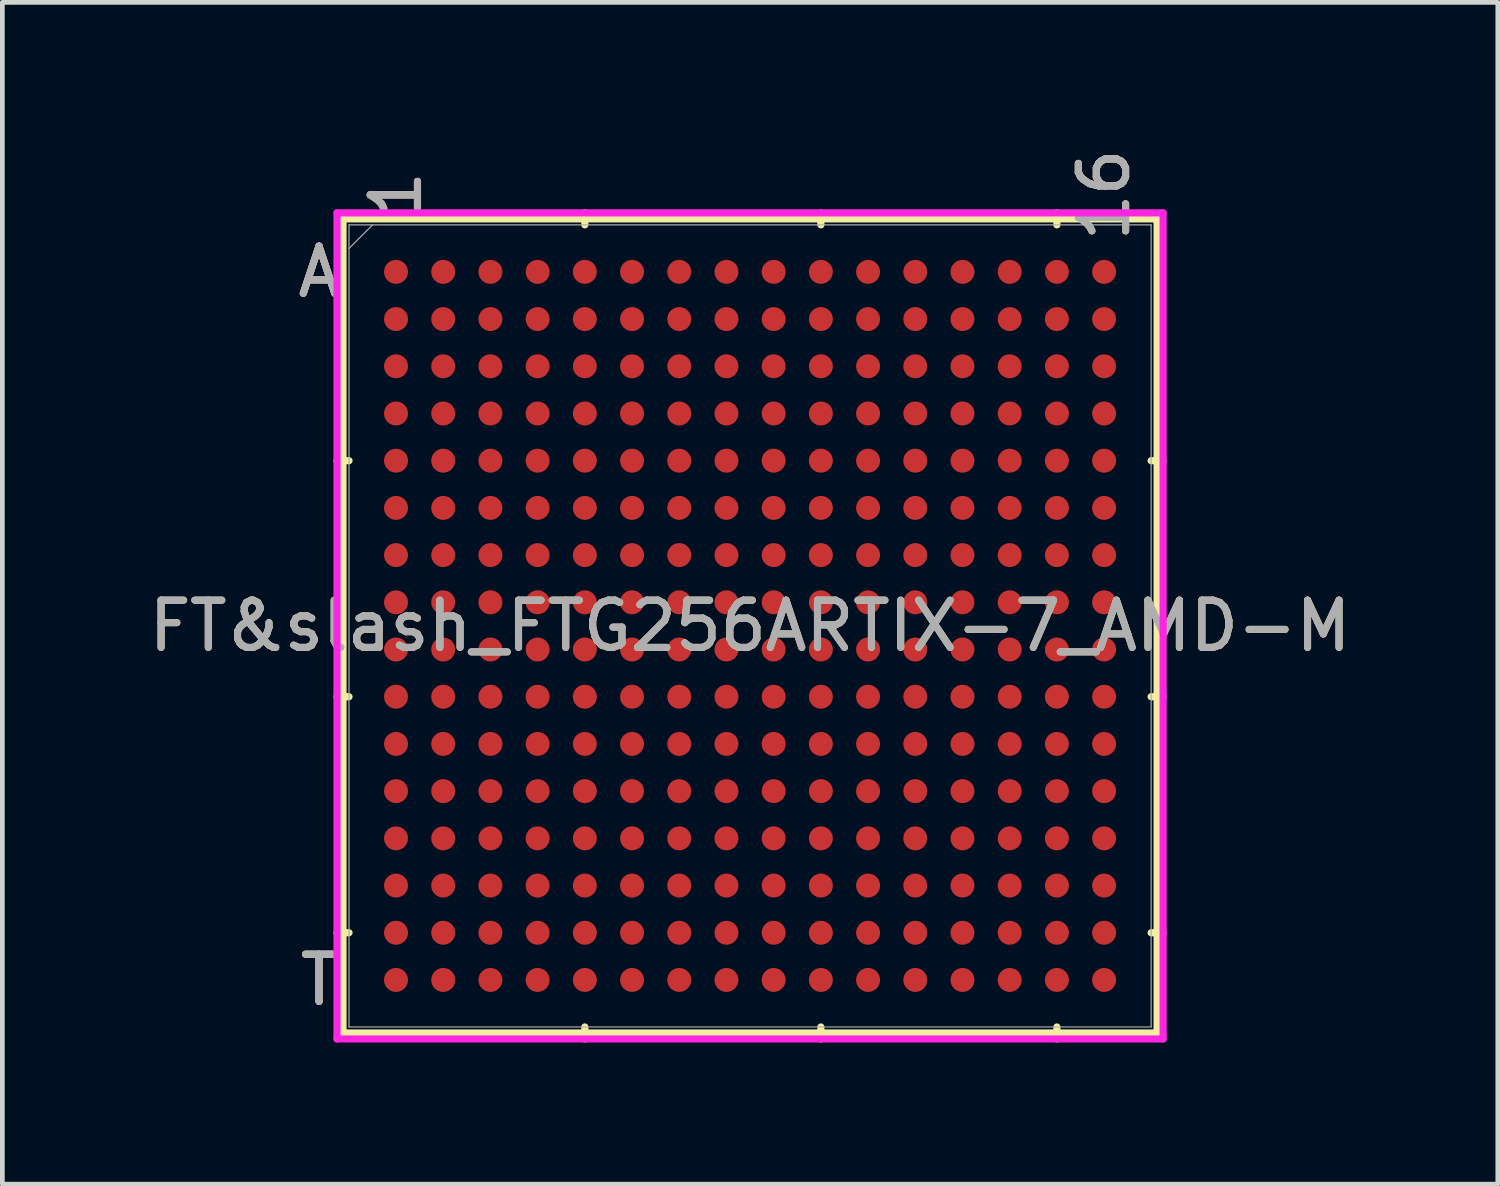
<source format=kicad_pcb>
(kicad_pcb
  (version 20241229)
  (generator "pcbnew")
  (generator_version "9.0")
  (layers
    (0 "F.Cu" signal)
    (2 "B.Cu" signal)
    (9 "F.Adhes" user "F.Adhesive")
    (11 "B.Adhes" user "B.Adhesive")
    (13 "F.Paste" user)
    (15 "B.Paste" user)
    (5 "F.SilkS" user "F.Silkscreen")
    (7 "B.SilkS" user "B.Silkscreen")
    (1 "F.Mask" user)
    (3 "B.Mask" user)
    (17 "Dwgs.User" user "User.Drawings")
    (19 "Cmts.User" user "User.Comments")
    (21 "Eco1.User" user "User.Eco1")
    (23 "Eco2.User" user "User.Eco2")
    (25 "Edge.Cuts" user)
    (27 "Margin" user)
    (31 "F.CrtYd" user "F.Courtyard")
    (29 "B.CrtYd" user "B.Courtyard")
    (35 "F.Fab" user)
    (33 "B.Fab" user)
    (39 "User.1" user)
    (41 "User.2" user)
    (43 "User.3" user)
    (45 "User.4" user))
  (footprint "FT&slash_FTG256ARTIX-7_AMD-M"
    (layer "F.Cu")
    (at 12.839 10.209)
    (property "Reference" "FT&slash_FTG256ARTIX-7_AMD-M" (at 0 0 0) (unlocked yes) (layer "F.SilkS") (effects (font (size 1 1) (thickness 0.15))))
    (attr smd)
    (fp_line (start -8.623 -8.623) (end -8.623 8.623) (stroke (width 0.152) (type solid)) (layer "F.SilkS"))
    (fp_line (start -8.623 8.623) (end 8.623 8.623) (stroke (width 0.152) (type solid)) (layer "F.SilkS"))
    (fp_line (start -8.496 -3.5) (end -8.75 -3.5) (stroke (width 0.152) (type solid)) (layer "F.SilkS"))
    (fp_line (start -8.496 1.5) (end -8.75 1.5) (stroke (width 0.152) (type solid)) (layer "F.SilkS"))
    (fp_line (start -8.496 6.5) (end -8.75 6.5) (stroke (width 0.152) (type solid)) (layer "F.SilkS"))
    (fp_line (start -3.5 -8.496) (end -3.5 -8.75) (stroke (width 0.152) (type solid)) (layer "F.SilkS"))
    (fp_line (start -3.5 8.496) (end -3.5 8.75) (stroke (width 0.152) (type solid)) (layer "F.SilkS"))
    (fp_line (start 1.5 -8.496) (end 1.5 -8.75) (stroke (width 0.152) (type solid)) (layer "F.SilkS"))
    (fp_line (start 1.5 8.496) (end 1.5 8.75) (stroke (width 0.152) (type solid)) (layer "F.SilkS"))
    (fp_line (start 6.5 -8.496) (end 6.5 -8.75) (stroke (width 0.152) (type solid)) (layer "F.SilkS"))
    (fp_line (start 6.5 8.496) (end 6.5 8.75) (stroke (width 0.152) (type solid)) (layer "F.SilkS"))
    (fp_line (start 8.496 -3.5) (end 8.75 -3.5) (stroke (width 0.152) (type solid)) (layer "F.SilkS"))
    (fp_line (start 8.496 1.5) (end 8.75 1.5) (stroke (width 0.152) (type solid)) (layer "F.SilkS"))
    (fp_line (start 8.496 6.5) (end 8.75 6.5) (stroke (width 0.152) (type solid)) (layer "F.SilkS"))
    (fp_line (start 8.623 -8.623) (end -8.623 -8.623) (stroke (width 0.152) (type solid)) (layer "F.SilkS"))
    (fp_line (start 8.623 8.623) (end 8.623 -8.623) (stroke (width 0.152) (type solid)) (layer "F.SilkS"))
    (fp_poly (pts (xy -8.508 -8.508) (xy 8.508 -8.508) (xy 8.508 8.508) (xy -8.508 8.508)) (stroke (width 0.1) (type solid)) (fill no) (layer "Eco2.User"))
    (fp_line (start -8.75 -8.75) (end 8.75 -8.75) (stroke (width 0.152) (type solid)) (layer "F.CrtYd"))
    (fp_line (start -8.75 8.75) (end -8.75 -8.75) (stroke (width 0.152) (type solid)) (layer "F.CrtYd"))
    (fp_line (start 8.75 -8.75) (end 8.75 8.75) (stroke (width 0.152) (type solid)) (layer "F.CrtYd"))
    (fp_line (start 8.75 8.75) (end -8.75 8.75) (stroke (width 0.152) (type solid)) (layer "F.CrtYd"))
    (fp_line (start -8.496 -8.496) (end -8.496 8.496) (stroke (width 0.025) (type solid)) (layer "F.Fab"))
    (fp_line (start -8.496 8.496) (end 8.496 8.496) (stroke (width 0.025) (type solid)) (layer "F.Fab"))
    (fp_line (start -7.996 -8.496) (end -8.496 -7.996) (stroke (width 0.025) (type solid)) (layer "F.Fab"))
    (fp_line (start 8.496 -8.496) (end -8.496 -8.496) (stroke (width 0.025) (type solid)) (layer "F.Fab"))
    (fp_line (start 8.496 8.496) (end 8.496 -8.496) (stroke (width 0.025) (type solid)) (layer "F.Fab"))
    (fp_text user "T" (at -9.131 7.5 0) (unlocked yes) (layer "F.SilkS") (effects (font (size 1 1) (thickness 0.15))))
    (fp_text user "1" (at -7.5 -9.131 90) (unlocked yes) (layer "F.SilkS") (effects (font (size 1 1) (thickness 0.15))))
    (fp_text user "16" (at 7.5 -9.131 90) (unlocked yes) (layer "F.SilkS") (effects (font (size 1 1) (thickness 0.15))))
    (fp_text user "A" (at -9.131 -7.5 0) (unlocked yes) (layer "F.SilkS") (effects (font (size 1 1) (thickness 0.15))))
    (fp_text user "1" (at -7.5 -9.131 90) (unlocked yes) (layer "B.SilkS") (effects (font (size 1 1) (thickness 0.15))))
    (fp_text user "A" (at -9.131 -7.5 0) (unlocked yes) (layer "B.SilkS") (effects (font (size 1 1) (thickness 0.15))))
    (fp_text user "T" (at -9.131 7.5 0) (unlocked yes) (layer "B.SilkS") (effects (font (size 1 1) (thickness 0.15))))
    (fp_text user "16" (at 7.5 -9.131 90) (unlocked yes) (layer "B.SilkS") (effects (font (size 1 1) (thickness 0.15))))
    (fp_text user "16" (at 7.5 -9.131 90) (unlocked yes) (layer "F.Fab") (effects (font (size 1 1) (thickness 0.15))))
    (fp_text user "${REFERENCE}" (at 0 0 0) (unlocked yes) (layer "F.Fab") (effects (font (size 1 1) (thickness 0.15))))
    (fp_text user "A" (at -9.131 -7.5 0) (unlocked yes) (layer "F.Fab") (effects (font (size 1 1) (thickness 0.15))))
    (fp_text user "1" (at -7.5 -9.131 90) (unlocked yes) (layer "F.Fab") (effects (font (size 1 1) (thickness 0.15))))
    (fp_text user "T" (at -9.131 7.5 0) (unlocked yes) (layer "F.Fab") (effects (font (size 1 1) (thickness 0.15))))
    (pad "A1" smd circle (at -7.5 -7.5) (size 0.508 0.508) (layers "F.Cu" "F.Mask" "F.Paste"))
    (pad "A2" smd circle (at -6.5 -7.5) (size 0.508 0.508) (layers "F.Cu" "F.Mask" "F.Paste"))
    (pad "A3" smd circle (at -5.5 -7.5) (size 0.508 0.508) (layers "F.Cu" "F.Mask" "F.Paste"))
    (pad "A4" smd circle (at -4.5 -7.5) (size 0.508 0.508) (layers "F.Cu" "F.Mask" "F.Paste"))
    (pad "A5" smd circle (at -3.5 -7.5) (size 0.508 0.508) (layers "F.Cu" "F.Mask" "F.Paste"))
    (pad "A6" smd circle (at -2.5 -7.5) (size 0.508 0.508) (layers "F.Cu" "F.Mask" "F.Paste"))
    (pad "A7" smd circle (at -1.5 -7.5) (size 0.508 0.508) (layers "F.Cu" "F.Mask" "F.Paste"))
    (pad "A8" smd circle (at -0.5 -7.5) (size 0.508 0.508) (layers "F.Cu" "F.Mask" "F.Paste"))
    (pad "A9" smd circle (at 0.5 -7.5) (size 0.508 0.508) (layers "F.Cu" "F.Mask" "F.Paste"))
    (pad "A10" smd circle (at 1.5 -7.5) (size 0.508 0.508) (layers "F.Cu" "F.Mask" "F.Paste"))
    (pad "A11" smd circle (at 2.5 -7.5) (size 0.508 0.508) (layers "F.Cu" "F.Mask" "F.Paste"))
    (pad "A12" smd circle (at 3.5 -7.5) (size 0.508 0.508) (layers "F.Cu" "F.Mask" "F.Paste"))
    (pad "A13" smd circle (at 4.5 -7.5) (size 0.508 0.508) (layers "F.Cu" "F.Mask" "F.Paste"))
    (pad "A14" smd circle (at 5.5 -7.5) (size 0.508 0.508) (layers "F.Cu" "F.Mask" "F.Paste"))
    (pad "A15" smd circle (at 6.5 -7.5) (size 0.508 0.508) (layers "F.Cu" "F.Mask" "F.Paste"))
    (pad "A16" smd circle (at 7.5 -7.5) (size 0.508 0.508) (layers "F.Cu" "F.Mask" "F.Paste"))
    (pad "B1" smd circle (at -7.5 -6.5) (size 0.508 0.508) (layers "F.Cu" "F.Mask" "F.Paste"))
    (pad "B2" smd circle (at -6.5 -6.5) (size 0.508 0.508) (layers "F.Cu" "F.Mask" "F.Paste"))
    (pad "B3" smd circle (at -5.5 -6.5) (size 0.508 0.508) (layers "F.Cu" "F.Mask" "F.Paste"))
    (pad "B4" smd circle (at -4.5 -6.5) (size 0.508 0.508) (layers "F.Cu" "F.Mask" "F.Paste"))
    (pad "B5" smd circle (at -3.5 -6.5) (size 0.508 0.508) (layers "F.Cu" "F.Mask" "F.Paste"))
    (pad "B6" smd circle (at -2.5 -6.5) (size 0.508 0.508) (layers "F.Cu" "F.Mask" "F.Paste"))
    (pad "B7" smd circle (at -1.5 -6.5) (size 0.508 0.508) (layers "F.Cu" "F.Mask" "F.Paste"))
    (pad "B8" smd circle (at -0.5 -6.5) (size 0.508 0.508) (layers "F.Cu" "F.Mask" "F.Paste"))
    (pad "B9" smd circle (at 0.5 -6.5) (size 0.508 0.508) (layers "F.Cu" "F.Mask" "F.Paste"))
    (pad "B10" smd circle (at 1.5 -6.5) (size 0.508 0.508) (layers "F.Cu" "F.Mask" "F.Paste"))
    (pad "B11" smd circle (at 2.5 -6.5) (size 0.508 0.508) (layers "F.Cu" "F.Mask" "F.Paste"))
    (pad "B12" smd circle (at 3.5 -6.5) (size 0.508 0.508) (layers "F.Cu" "F.Mask" "F.Paste"))
    (pad "B13" smd circle (at 4.5 -6.5) (size 0.508 0.508) (layers "F.Cu" "F.Mask" "F.Paste"))
    (pad "B14" smd circle (at 5.5 -6.5) (size 0.508 0.508) (layers "F.Cu" "F.Mask" "F.Paste"))
    (pad "B15" smd circle (at 6.5 -6.5) (size 0.508 0.508) (layers "F.Cu" "F.Mask" "F.Paste"))
    (pad "B16" smd circle (at 7.5 -6.5) (size 0.508 0.508) (layers "F.Cu" "F.Mask" "F.Paste"))
    (pad "C1" smd circle (at -7.5 -5.5) (size 0.508 0.508) (layers "F.Cu" "F.Mask" "F.Paste"))
    (pad "C2" smd circle (at -6.5 -5.5) (size 0.508 0.508) (layers "F.Cu" "F.Mask" "F.Paste"))
    (pad "C3" smd circle (at -5.5 -5.5) (size 0.508 0.508) (layers "F.Cu" "F.Mask" "F.Paste"))
    (pad "C4" smd circle (at -4.5 -5.5) (size 0.508 0.508) (layers "F.Cu" "F.Mask" "F.Paste"))
    (pad "C5" smd circle (at -3.5 -5.5) (size 0.508 0.508) (layers "F.Cu" "F.Mask" "F.Paste"))
    (pad "C6" smd circle (at -2.5 -5.5) (size 0.508 0.508) (layers "F.Cu" "F.Mask" "F.Paste"))
    (pad "C7" smd circle (at -1.5 -5.5) (size 0.508 0.508) (layers "F.Cu" "F.Mask" "F.Paste"))
    (pad "C8" smd circle (at -0.5 -5.5) (size 0.508 0.508) (layers "F.Cu" "F.Mask" "F.Paste"))
    (pad "C9" smd circle (at 0.5 -5.5) (size 0.508 0.508) (layers "F.Cu" "F.Mask" "F.Paste"))
    (pad "C10" smd circle (at 1.5 -5.5) (size 0.508 0.508) (layers "F.Cu" "F.Mask" "F.Paste"))
    (pad "C11" smd circle (at 2.5 -5.5) (size 0.508 0.508) (layers "F.Cu" "F.Mask" "F.Paste"))
    (pad "C12" smd circle (at 3.5 -5.5) (size 0.508 0.508) (layers "F.Cu" "F.Mask" "F.Paste"))
    (pad "C13" smd circle (at 4.5 -5.5) (size 0.508 0.508) (layers "F.Cu" "F.Mask" "F.Paste"))
    (pad "C14" smd circle (at 5.5 -5.5) (size 0.508 0.508) (layers "F.Cu" "F.Mask" "F.Paste"))
    (pad "C15" smd circle (at 6.5 -5.5) (size 0.508 0.508) (layers "F.Cu" "F.Mask" "F.Paste"))
    (pad "C16" smd circle (at 7.5 -5.5) (size 0.508 0.508) (layers "F.Cu" "F.Mask" "F.Paste"))
    (pad "D1" smd circle (at -7.5 -4.5) (size 0.508 0.508) (layers "F.Cu" "F.Mask" "F.Paste"))
    (pad "D2" smd circle (at -6.5 -4.5) (size 0.508 0.508) (layers "F.Cu" "F.Mask" "F.Paste"))
    (pad "D3" smd circle (at -5.5 -4.5) (size 0.508 0.508) (layers "F.Cu" "F.Mask" "F.Paste"))
    (pad "D4" smd circle (at -4.5 -4.5) (size 0.508 0.508) (layers "F.Cu" "F.Mask" "F.Paste"))
    (pad "D5" smd circle (at -3.5 -4.5) (size 0.508 0.508) (layers "F.Cu" "F.Mask" "F.Paste"))
    (pad "D6" smd circle (at -2.5 -4.5) (size 0.508 0.508) (layers "F.Cu" "F.Mask" "F.Paste"))
    (pad "D7" smd circle (at -1.5 -4.5) (size 0.508 0.508) (layers "F.Cu" "F.Mask" "F.Paste"))
    (pad "D8" smd circle (at -0.5 -4.5) (size 0.508 0.508) (layers "F.Cu" "F.Mask" "F.Paste"))
    (pad "D9" smd circle (at 0.5 -4.5) (size 0.508 0.508) (layers "F.Cu" "F.Mask" "F.Paste"))
    (pad "D10" smd circle (at 1.5 -4.5) (size 0.508 0.508) (layers "F.Cu" "F.Mask" "F.Paste"))
    (pad "D11" smd circle (at 2.5 -4.5) (size 0.508 0.508) (layers "F.Cu" "F.Mask" "F.Paste"))
    (pad "D12" smd circle (at 3.5 -4.5) (size 0.508 0.508) (layers "F.Cu" "F.Mask" "F.Paste"))
    (pad "D13" smd circle (at 4.5 -4.5) (size 0.508 0.508) (layers "F.Cu" "F.Mask" "F.Paste"))
    (pad "D14" smd circle (at 5.5 -4.5) (size 0.508 0.508) (layers "F.Cu" "F.Mask" "F.Paste"))
    (pad "D15" smd circle (at 6.5 -4.5) (size 0.508 0.508) (layers "F.Cu" "F.Mask" "F.Paste"))
    (pad "D16" smd circle (at 7.5 -4.5) (size 0.508 0.508) (layers "F.Cu" "F.Mask" "F.Paste"))
    (pad "E1" smd circle (at -7.5 -3.5) (size 0.508 0.508) (layers "F.Cu" "F.Mask" "F.Paste"))
    (pad "E2" smd circle (at -6.5 -3.5) (size 0.508 0.508) (layers "F.Cu" "F.Mask" "F.Paste"))
    (pad "E3" smd circle (at -5.5 -3.5) (size 0.508 0.508) (layers "F.Cu" "F.Mask" "F.Paste"))
    (pad "E4" smd circle (at -4.5 -3.5) (size 0.508 0.508) (layers "F.Cu" "F.Mask" "F.Paste"))
    (pad "E5" smd circle (at -3.5 -3.5) (size 0.508 0.508) (layers "F.Cu" "F.Mask" "F.Paste"))
    (pad "E6" smd circle (at -2.5 -3.5) (size 0.508 0.508) (layers "F.Cu" "F.Mask" "F.Paste"))
    (pad "E7" smd circle (at -1.5 -3.5) (size 0.508 0.508) (layers "F.Cu" "F.Mask" "F.Paste"))
    (pad "E8" smd circle (at -0.5 -3.5) (size 0.508 0.508) (layers "F.Cu" "F.Mask" "F.Paste"))
    (pad "E9" smd circle (at 0.5 -3.5) (size 0.508 0.508) (layers "F.Cu" "F.Mask" "F.Paste"))
    (pad "E10" smd circle (at 1.5 -3.5) (size 0.508 0.508) (layers "F.Cu" "F.Mask" "F.Paste"))
    (pad "E11" smd circle (at 2.5 -3.5) (size 0.508 0.508) (layers "F.Cu" "F.Mask" "F.Paste"))
    (pad "E12" smd circle (at 3.5 -3.5) (size 0.508 0.508) (layers "F.Cu" "F.Mask" "F.Paste"))
    (pad "E13" smd circle (at 4.5 -3.5) (size 0.508 0.508) (layers "F.Cu" "F.Mask" "F.Paste"))
    (pad "E14" smd circle (at 5.5 -3.5) (size 0.508 0.508) (layers "F.Cu" "F.Mask" "F.Paste"))
    (pad "E15" smd circle (at 6.5 -3.5) (size 0.508 0.508) (layers "F.Cu" "F.Mask" "F.Paste"))
    (pad "E16" smd circle (at 7.5 -3.5) (size 0.508 0.508) (layers "F.Cu" "F.Mask" "F.Paste"))
    (pad "F1" smd circle (at -7.5 -2.5) (size 0.508 0.508) (layers "F.Cu" "F.Mask" "F.Paste"))
    (pad "F2" smd circle (at -6.5 -2.5) (size 0.508 0.508) (layers "F.Cu" "F.Mask" "F.Paste"))
    (pad "F3" smd circle (at -5.5 -2.5) (size 0.508 0.508) (layers "F.Cu" "F.Mask" "F.Paste"))
    (pad "F4" smd circle (at -4.5 -2.5) (size 0.508 0.508) (layers "F.Cu" "F.Mask" "F.Paste"))
    (pad "F5" smd circle (at -3.5 -2.5) (size 0.508 0.508) (layers "F.Cu" "F.Mask" "F.Paste"))
    (pad "F6" smd circle (at -2.5 -2.5) (size 0.508 0.508) (layers "F.Cu" "F.Mask" "F.Paste"))
    (pad "F7" smd circle (at -1.5 -2.5) (size 0.508 0.508) (layers "F.Cu" "F.Mask" "F.Paste"))
    (pad "F8" smd circle (at -0.5 -2.5) (size 0.508 0.508) (layers "F.Cu" "F.Mask" "F.Paste"))
    (pad "F9" smd circle (at 0.5 -2.5) (size 0.508 0.508) (layers "F.Cu" "F.Mask" "F.Paste"))
    (pad "F10" smd circle (at 1.5 -2.5) (size 0.508 0.508) (layers "F.Cu" "F.Mask" "F.Paste"))
    (pad "F11" smd circle (at 2.5 -2.5) (size 0.508 0.508) (layers "F.Cu" "F.Mask" "F.Paste"))
    (pad "F12" smd circle (at 3.5 -2.5) (size 0.508 0.508) (layers "F.Cu" "F.Mask" "F.Paste"))
    (pad "F13" smd circle (at 4.5 -2.5) (size 0.508 0.508) (layers "F.Cu" "F.Mask" "F.Paste"))
    (pad "F14" smd circle (at 5.5 -2.5) (size 0.508 0.508) (layers "F.Cu" "F.Mask" "F.Paste"))
    (pad "F15" smd circle (at 6.5 -2.5) (size 0.508 0.508) (layers "F.Cu" "F.Mask" "F.Paste"))
    (pad "F16" smd circle (at 7.5 -2.5) (size 0.508 0.508) (layers "F.Cu" "F.Mask" "F.Paste"))
    (pad "G1" smd circle (at -7.5 -1.5) (size 0.508 0.508) (layers "F.Cu" "F.Mask" "F.Paste"))
    (pad "G2" smd circle (at -6.5 -1.5) (size 0.508 0.508) (layers "F.Cu" "F.Mask" "F.Paste"))
    (pad "G3" smd circle (at -5.5 -1.5) (size 0.508 0.508) (layers "F.Cu" "F.Mask" "F.Paste"))
    (pad "G4" smd circle (at -4.5 -1.5) (size 0.508 0.508) (layers "F.Cu" "F.Mask" "F.Paste"))
    (pad "G5" smd circle (at -3.5 -1.5) (size 0.508 0.508) (layers "F.Cu" "F.Mask" "F.Paste"))
    (pad "G6" smd circle (at -2.5 -1.5) (size 0.508 0.508) (layers "F.Cu" "F.Mask" "F.Paste"))
    (pad "G7" smd circle (at -1.5 -1.5) (size 0.508 0.508) (layers "F.Cu" "F.Mask" "F.Paste"))
    (pad "G8" smd circle (at -0.5 -1.5) (size 0.508 0.508) (layers "F.Cu" "F.Mask" "F.Paste"))
    (pad "G9" smd circle (at 0.5 -1.5) (size 0.508 0.508) (layers "F.Cu" "F.Mask" "F.Paste"))
    (pad "G10" smd circle (at 1.5 -1.5) (size 0.508 0.508) (layers "F.Cu" "F.Mask" "F.Paste"))
    (pad "G11" smd circle (at 2.5 -1.5) (size 0.508 0.508) (layers "F.Cu" "F.Mask" "F.Paste"))
    (pad "G12" smd circle (at 3.5 -1.5) (size 0.508 0.508) (layers "F.Cu" "F.Mask" "F.Paste"))
    (pad "G13" smd circle (at 4.5 -1.5) (size 0.508 0.508) (layers "F.Cu" "F.Mask" "F.Paste"))
    (pad "G14" smd circle (at 5.5 -1.5) (size 0.508 0.508) (layers "F.Cu" "F.Mask" "F.Paste"))
    (pad "G15" smd circle (at 6.5 -1.5) (size 0.508 0.508) (layers "F.Cu" "F.Mask" "F.Paste"))
    (pad "G16" smd circle (at 7.5 -1.5) (size 0.508 0.508) (layers "F.Cu" "F.Mask" "F.Paste"))
    (pad "H1" smd circle (at -7.5 -0.5) (size 0.508 0.508) (layers "F.Cu" "F.Mask" "F.Paste"))
    (pad "H2" smd circle (at -6.5 -0.5) (size 0.508 0.508) (layers "F.Cu" "F.Mask" "F.Paste"))
    (pad "H3" smd circle (at -5.5 -0.5) (size 0.508 0.508) (layers "F.Cu" "F.Mask" "F.Paste"))
    (pad "H4" smd circle (at -4.5 -0.5) (size 0.508 0.508) (layers "F.Cu" "F.Mask" "F.Paste"))
    (pad "H5" smd circle (at -3.5 -0.5) (size 0.508 0.508) (layers "F.Cu" "F.Mask" "F.Paste"))
    (pad "H6" smd circle (at -2.5 -0.5) (size 0.508 0.508) (layers "F.Cu" "F.Mask" "F.Paste"))
    (pad "H7" smd circle (at -1.5 -0.5) (size 0.508 0.508) (layers "F.Cu" "F.Mask" "F.Paste"))
    (pad "H8" smd circle (at -0.5 -0.5) (size 0.508 0.508) (layers "F.Cu" "F.Mask" "F.Paste"))
    (pad "H9" smd circle (at 0.5 -0.5) (size 0.508 0.508) (layers "F.Cu" "F.Mask" "F.Paste"))
    (pad "H10" smd circle (at 1.5 -0.5) (size 0.508 0.508) (layers "F.Cu" "F.Mask" "F.Paste"))
    (pad "H11" smd circle (at 2.5 -0.5) (size 0.508 0.508) (layers "F.Cu" "F.Mask" "F.Paste"))
    (pad "H12" smd circle (at 3.5 -0.5) (size 0.508 0.508) (layers "F.Cu" "F.Mask" "F.Paste"))
    (pad "H13" smd circle (at 4.5 -0.5) (size 0.508 0.508) (layers "F.Cu" "F.Mask" "F.Paste"))
    (pad "H14" smd circle (at 5.5 -0.5) (size 0.508 0.508) (layers "F.Cu" "F.Mask" "F.Paste"))
    (pad "H15" smd circle (at 6.5 -0.5) (size 0.508 0.508) (layers "F.Cu" "F.Mask" "F.Paste"))
    (pad "H16" smd circle (at 7.5 -0.5) (size 0.508 0.508) (layers "F.Cu" "F.Mask" "F.Paste"))
    (pad "J1" smd circle (at -7.5 0.5) (size 0.508 0.508) (layers "F.Cu" "F.Mask" "F.Paste"))
    (pad "J2" smd circle (at -6.5 0.5) (size 0.508 0.508) (layers "F.Cu" "F.Mask" "F.Paste"))
    (pad "J3" smd circle (at -5.5 0.5) (size 0.508 0.508) (layers "F.Cu" "F.Mask" "F.Paste"))
    (pad "J4" smd circle (at -4.5 0.5) (size 0.508 0.508) (layers "F.Cu" "F.Mask" "F.Paste"))
    (pad "J5" smd circle (at -3.5 0.5) (size 0.508 0.508) (layers "F.Cu" "F.Mask" "F.Paste"))
    (pad "J6" smd circle (at -2.5 0.5) (size 0.508 0.508) (layers "F.Cu" "F.Mask" "F.Paste"))
    (pad "J7" smd circle (at -1.5 0.5) (size 0.508 0.508) (layers "F.Cu" "F.Mask" "F.Paste"))
    (pad "J8" smd circle (at -0.5 0.5) (size 0.508 0.508) (layers "F.Cu" "F.Mask" "F.Paste"))
    (pad "J9" smd circle (at 0.5 0.5) (size 0.508 0.508) (layers "F.Cu" "F.Mask" "F.Paste"))
    (pad "J10" smd circle (at 1.5 0.5) (size 0.508 0.508) (layers "F.Cu" "F.Mask" "F.Paste"))
    (pad "J11" smd circle (at 2.5 0.5) (size 0.508 0.508) (layers "F.Cu" "F.Mask" "F.Paste"))
    (pad "J12" smd circle (at 3.5 0.5) (size 0.508 0.508) (layers "F.Cu" "F.Mask" "F.Paste"))
    (pad "J13" smd circle (at 4.5 0.5) (size 0.508 0.508) (layers "F.Cu" "F.Mask" "F.Paste"))
    (pad "J14" smd circle (at 5.5 0.5) (size 0.508 0.508) (layers "F.Cu" "F.Mask" "F.Paste"))
    (pad "J15" smd circle (at 6.5 0.5) (size 0.508 0.508) (layers "F.Cu" "F.Mask" "F.Paste"))
    (pad "J16" smd circle (at 7.5 0.5) (size 0.508 0.508) (layers "F.Cu" "F.Mask" "F.Paste"))
    (pad "K1" smd circle (at -7.5 1.5) (size 0.508 0.508) (layers "F.Cu" "F.Mask" "F.Paste"))
    (pad "K2" smd circle (at -6.5 1.5) (size 0.508 0.508) (layers "F.Cu" "F.Mask" "F.Paste"))
    (pad "K3" smd circle (at -5.5 1.5) (size 0.508 0.508) (layers "F.Cu" "F.Mask" "F.Paste"))
    (pad "K4" smd circle (at -4.5 1.5) (size 0.508 0.508) (layers "F.Cu" "F.Mask" "F.Paste"))
    (pad "K5" smd circle (at -3.5 1.5) (size 0.508 0.508) (layers "F.Cu" "F.Mask" "F.Paste"))
    (pad "K6" smd circle (at -2.5 1.5) (size 0.508 0.508) (layers "F.Cu" "F.Mask" "F.Paste"))
    (pad "K7" smd circle (at -1.5 1.5) (size 0.508 0.508) (layers "F.Cu" "F.Mask" "F.Paste"))
    (pad "K8" smd circle (at -0.5 1.5) (size 0.508 0.508) (layers "F.Cu" "F.Mask" "F.Paste"))
    (pad "K9" smd circle (at 0.5 1.5) (size 0.508 0.508) (layers "F.Cu" "F.Mask" "F.Paste"))
    (pad "K10" smd circle (at 1.5 1.5) (size 0.508 0.508) (layers "F.Cu" "F.Mask" "F.Paste"))
    (pad "K11" smd circle (at 2.5 1.5) (size 0.508 0.508) (layers "F.Cu" "F.Mask" "F.Paste"))
    (pad "K12" smd circle (at 3.5 1.5) (size 0.508 0.508) (layers "F.Cu" "F.Mask" "F.Paste"))
    (pad "K13" smd circle (at 4.5 1.5) (size 0.508 0.508) (layers "F.Cu" "F.Mask" "F.Paste"))
    (pad "K14" smd circle (at 5.5 1.5) (size 0.508 0.508) (layers "F.Cu" "F.Mask" "F.Paste"))
    (pad "K15" smd circle (at 6.5 1.5) (size 0.508 0.508) (layers "F.Cu" "F.Mask" "F.Paste"))
    (pad "K16" smd circle (at 7.5 1.5) (size 0.508 0.508) (layers "F.Cu" "F.Mask" "F.Paste"))
    (pad "L1" smd circle (at -7.5 2.5) (size 0.508 0.508) (layers "F.Cu" "F.Mask" "F.Paste"))
    (pad "L2" smd circle (at -6.5 2.5) (size 0.508 0.508) (layers "F.Cu" "F.Mask" "F.Paste"))
    (pad "L3" smd circle (at -5.5 2.5) (size 0.508 0.508) (layers "F.Cu" "F.Mask" "F.Paste"))
    (pad "L4" smd circle (at -4.5 2.5) (size 0.508 0.508) (layers "F.Cu" "F.Mask" "F.Paste"))
    (pad "L5" smd circle (at -3.5 2.5) (size 0.508 0.508) (layers "F.Cu" "F.Mask" "F.Paste"))
    (pad "L6" smd circle (at -2.5 2.5) (size 0.508 0.508) (layers "F.Cu" "F.Mask" "F.Paste"))
    (pad "L7" smd circle (at -1.5 2.5) (size 0.508 0.508) (layers "F.Cu" "F.Mask" "F.Paste"))
    (pad "L8" smd circle (at -0.5 2.5) (size 0.508 0.508) (layers "F.Cu" "F.Mask" "F.Paste"))
    (pad "L9" smd circle (at 0.5 2.5) (size 0.508 0.508) (layers "F.Cu" "F.Mask" "F.Paste"))
    (pad "L10" smd circle (at 1.5 2.5) (size 0.508 0.508) (layers "F.Cu" "F.Mask" "F.Paste"))
    (pad "L11" smd circle (at 2.5 2.5) (size 0.508 0.508) (layers "F.Cu" "F.Mask" "F.Paste"))
    (pad "L12" smd circle (at 3.5 2.5) (size 0.508 0.508) (layers "F.Cu" "F.Mask" "F.Paste"))
    (pad "L13" smd circle (at 4.5 2.5) (size 0.508 0.508) (layers "F.Cu" "F.Mask" "F.Paste"))
    (pad "L14" smd circle (at 5.5 2.5) (size 0.508 0.508) (layers "F.Cu" "F.Mask" "F.Paste"))
    (pad "L15" smd circle (at 6.5 2.5) (size 0.508 0.508) (layers "F.Cu" "F.Mask" "F.Paste"))
    (pad "L16" smd circle (at 7.5 2.5) (size 0.508 0.508) (layers "F.Cu" "F.Mask" "F.Paste"))
    (pad "M1" smd circle (at -7.5 3.5) (size 0.508 0.508) (layers "F.Cu" "F.Mask" "F.Paste"))
    (pad "M2" smd circle (at -6.5 3.5) (size 0.508 0.508) (layers "F.Cu" "F.Mask" "F.Paste"))
    (pad "M3" smd circle (at -5.5 3.5) (size 0.508 0.508) (layers "F.Cu" "F.Mask" "F.Paste"))
    (pad "M4" smd circle (at -4.5 3.5) (size 0.508 0.508) (layers "F.Cu" "F.Mask" "F.Paste"))
    (pad "M5" smd circle (at -3.5 3.5) (size 0.508 0.508) (layers "F.Cu" "F.Mask" "F.Paste"))
    (pad "M6" smd circle (at -2.5 3.5) (size 0.508 0.508) (layers "F.Cu" "F.Mask" "F.Paste"))
    (pad "M7" smd circle (at -1.5 3.5) (size 0.508 0.508) (layers "F.Cu" "F.Mask" "F.Paste"))
    (pad "M8" smd circle (at -0.5 3.5) (size 0.508 0.508) (layers "F.Cu" "F.Mask" "F.Paste"))
    (pad "M9" smd circle (at 0.5 3.5) (size 0.508 0.508) (layers "F.Cu" "F.Mask" "F.Paste"))
    (pad "M10" smd circle (at 1.5 3.5) (size 0.508 0.508) (layers "F.Cu" "F.Mask" "F.Paste"))
    (pad "M11" smd circle (at 2.5 3.5) (size 0.508 0.508) (layers "F.Cu" "F.Mask" "F.Paste"))
    (pad "M12" smd circle (at 3.5 3.5) (size 0.508 0.508) (layers "F.Cu" "F.Mask" "F.Paste"))
    (pad "M13" smd circle (at 4.5 3.5) (size 0.508 0.508) (layers "F.Cu" "F.Mask" "F.Paste"))
    (pad "M14" smd circle (at 5.5 3.5) (size 0.508 0.508) (layers "F.Cu" "F.Mask" "F.Paste"))
    (pad "M15" smd circle (at 6.5 3.5) (size 0.508 0.508) (layers "F.Cu" "F.Mask" "F.Paste"))
    (pad "M16" smd circle (at 7.5 3.5) (size 0.508 0.508) (layers "F.Cu" "F.Mask" "F.Paste"))
    (pad "N1" smd circle (at -7.5 4.5) (size 0.508 0.508) (layers "F.Cu" "F.Mask" "F.Paste"))
    (pad "N2" smd circle (at -6.5 4.5) (size 0.508 0.508) (layers "F.Cu" "F.Mask" "F.Paste"))
    (pad "N3" smd circle (at -5.5 4.5) (size 0.508 0.508) (layers "F.Cu" "F.Mask" "F.Paste"))
    (pad "N4" smd circle (at -4.5 4.5) (size 0.508 0.508) (layers "F.Cu" "F.Mask" "F.Paste"))
    (pad "N5" smd circle (at -3.5 4.5) (size 0.508 0.508) (layers "F.Cu" "F.Mask" "F.Paste"))
    (pad "N6" smd circle (at -2.5 4.5) (size 0.508 0.508) (layers "F.Cu" "F.Mask" "F.Paste"))
    (pad "N7" smd circle (at -1.5 4.5) (size 0.508 0.508) (layers "F.Cu" "F.Mask" "F.Paste"))
    (pad "N8" smd circle (at -0.5 4.5) (size 0.508 0.508) (layers "F.Cu" "F.Mask" "F.Paste"))
    (pad "N9" smd circle (at 0.5 4.5) (size 0.508 0.508) (layers "F.Cu" "F.Mask" "F.Paste"))
    (pad "N10" smd circle (at 1.5 4.5) (size 0.508 0.508) (layers "F.Cu" "F.Mask" "F.Paste"))
    (pad "N11" smd circle (at 2.5 4.5) (size 0.508 0.508) (layers "F.Cu" "F.Mask" "F.Paste"))
    (pad "N12" smd circle (at 3.5 4.5) (size 0.508 0.508) (layers "F.Cu" "F.Mask" "F.Paste"))
    (pad "N13" smd circle (at 4.5 4.5) (size 0.508 0.508) (layers "F.Cu" "F.Mask" "F.Paste"))
    (pad "N14" smd circle (at 5.5 4.5) (size 0.508 0.508) (layers "F.Cu" "F.Mask" "F.Paste"))
    (pad "N15" smd circle (at 6.5 4.5) (size 0.508 0.508) (layers "F.Cu" "F.Mask" "F.Paste"))
    (pad "N16" smd circle (at 7.5 4.5) (size 0.508 0.508) (layers "F.Cu" "F.Mask" "F.Paste"))
    (pad "P1" smd circle (at -7.5 5.5) (size 0.508 0.508) (layers "F.Cu" "F.Mask" "F.Paste"))
    (pad "P2" smd circle (at -6.5 5.5) (size 0.508 0.508) (layers "F.Cu" "F.Mask" "F.Paste"))
    (pad "P3" smd circle (at -5.5 5.5) (size 0.508 0.508) (layers "F.Cu" "F.Mask" "F.Paste"))
    (pad "P4" smd circle (at -4.5 5.5) (size 0.508 0.508) (layers "F.Cu" "F.Mask" "F.Paste"))
    (pad "P5" smd circle (at -3.5 5.5) (size 0.508 0.508) (layers "F.Cu" "F.Mask" "F.Paste"))
    (pad "P6" smd circle (at -2.5 5.5) (size 0.508 0.508) (layers "F.Cu" "F.Mask" "F.Paste"))
    (pad "P7" smd circle (at -1.5 5.5) (size 0.508 0.508) (layers "F.Cu" "F.Mask" "F.Paste"))
    (pad "P8" smd circle (at -0.5 5.5) (size 0.508 0.508) (layers "F.Cu" "F.Mask" "F.Paste"))
    (pad "P9" smd circle (at 0.5 5.5) (size 0.508 0.508) (layers "F.Cu" "F.Mask" "F.Paste"))
    (pad "P10" smd circle (at 1.5 5.5) (size 0.508 0.508) (layers "F.Cu" "F.Mask" "F.Paste"))
    (pad "P11" smd circle (at 2.5 5.5) (size 0.508 0.508) (layers "F.Cu" "F.Mask" "F.Paste"))
    (pad "P12" smd circle (at 3.5 5.5) (size 0.508 0.508) (layers "F.Cu" "F.Mask" "F.Paste"))
    (pad "P13" smd circle (at 4.5 5.5) (size 0.508 0.508) (layers "F.Cu" "F.Mask" "F.Paste"))
    (pad "P14" smd circle (at 5.5 5.5) (size 0.508 0.508) (layers "F.Cu" "F.Mask" "F.Paste"))
    (pad "P15" smd circle (at 6.5 5.5) (size 0.508 0.508) (layers "F.Cu" "F.Mask" "F.Paste"))
    (pad "P16" smd circle (at 7.5 5.5) (size 0.508 0.508) (layers "F.Cu" "F.Mask" "F.Paste"))
    (pad "R1" smd circle (at -7.5 6.5) (size 0.508 0.508) (layers "F.Cu" "F.Mask" "F.Paste"))
    (pad "R2" smd circle (at -6.5 6.5) (size 0.508 0.508) (layers "F.Cu" "F.Mask" "F.Paste"))
    (pad "R3" smd circle (at -5.5 6.5) (size 0.508 0.508) (layers "F.Cu" "F.Mask" "F.Paste"))
    (pad "R4" smd circle (at -4.5 6.5) (size 0.508 0.508) (layers "F.Cu" "F.Mask" "F.Paste"))
    (pad "R5" smd circle (at -3.5 6.5) (size 0.508 0.508) (layers "F.Cu" "F.Mask" "F.Paste"))
    (pad "R6" smd circle (at -2.5 6.5) (size 0.508 0.508) (layers "F.Cu" "F.Mask" "F.Paste"))
    (pad "R7" smd circle (at -1.5 6.5) (size 0.508 0.508) (layers "F.Cu" "F.Mask" "F.Paste"))
    (pad "R8" smd circle (at -0.5 6.5) (size 0.508 0.508) (layers "F.Cu" "F.Mask" "F.Paste"))
    (pad "R9" smd circle (at 0.5 6.5) (size 0.508 0.508) (layers "F.Cu" "F.Mask" "F.Paste"))
    (pad "R10" smd circle (at 1.5 6.5) (size 0.508 0.508) (layers "F.Cu" "F.Mask" "F.Paste"))
    (pad "R11" smd circle (at 2.5 6.5) (size 0.508 0.508) (layers "F.Cu" "F.Mask" "F.Paste"))
    (pad "R12" smd circle (at 3.5 6.5) (size 0.508 0.508) (layers "F.Cu" "F.Mask" "F.Paste"))
    (pad "R13" smd circle (at 4.5 6.5) (size 0.508 0.508) (layers "F.Cu" "F.Mask" "F.Paste"))
    (pad "R14" smd circle (at 5.5 6.5) (size 0.508 0.508) (layers "F.Cu" "F.Mask" "F.Paste"))
    (pad "R15" smd circle (at 6.5 6.5) (size 0.508 0.508) (layers "F.Cu" "F.Mask" "F.Paste"))
    (pad "R16" smd circle (at 7.5 6.5) (size 0.508 0.508) (layers "F.Cu" "F.Mask" "F.Paste"))
    (pad "T1" smd circle (at -7.5 7.5) (size 0.508 0.508) (layers "F.Cu" "F.Mask" "F.Paste"))
    (pad "T2" smd circle (at -6.5 7.5) (size 0.508 0.508) (layers "F.Cu" "F.Mask" "F.Paste"))
    (pad "T3" smd circle (at -5.5 7.5) (size 0.508 0.508) (layers "F.Cu" "F.Mask" "F.Paste"))
    (pad "T4" smd circle (at -4.5 7.5) (size 0.508 0.508) (layers "F.Cu" "F.Mask" "F.Paste"))
    (pad "T5" smd circle (at -3.5 7.5) (size 0.508 0.508) (layers "F.Cu" "F.Mask" "F.Paste"))
    (pad "T6" smd circle (at -2.5 7.5) (size 0.508 0.508) (layers "F.Cu" "F.Mask" "F.Paste"))
    (pad "T7" smd circle (at -1.5 7.5) (size 0.508 0.508) (layers "F.Cu" "F.Mask" "F.Paste"))
    (pad "T8" smd circle (at -0.5 7.5) (size 0.508 0.508) (layers "F.Cu" "F.Mask" "F.Paste"))
    (pad "T9" smd circle (at 0.5 7.5) (size 0.508 0.508) (layers "F.Cu" "F.Mask" "F.Paste"))
    (pad "T10" smd circle (at 1.5 7.5) (size 0.508 0.508) (layers "F.Cu" "F.Mask" "F.Paste"))
    (pad "T11" smd circle (at 2.5 7.5) (size 0.508 0.508) (layers "F.Cu" "F.Mask" "F.Paste"))
    (pad "T12" smd circle (at 3.5 7.5) (size 0.508 0.508) (layers "F.Cu" "F.Mask" "F.Paste"))
    (pad "T13" smd circle (at 4.5 7.5) (size 0.508 0.508) (layers "F.Cu" "F.Mask" "F.Paste"))
    (pad "T14" smd circle (at 5.5 7.5) (size 0.508 0.508) (layers "F.Cu" "F.Mask" "F.Paste"))
    (pad "T15" smd circle (at 6.5 7.5) (size 0.508 0.508) (layers "F.Cu" "F.Mask" "F.Paste"))
    (pad "T16" smd circle (at 7.5 7.5) (size 0.508 0.508) (layers "F.Cu" "F.Mask" "F.Paste")))
  (gr_rect
    (start -3 -3)
    (end 28.679 22.035)
    (stroke (width 0.1) (type default))
    (fill no)
    (layer "Edge.Cuts")))
</source>
